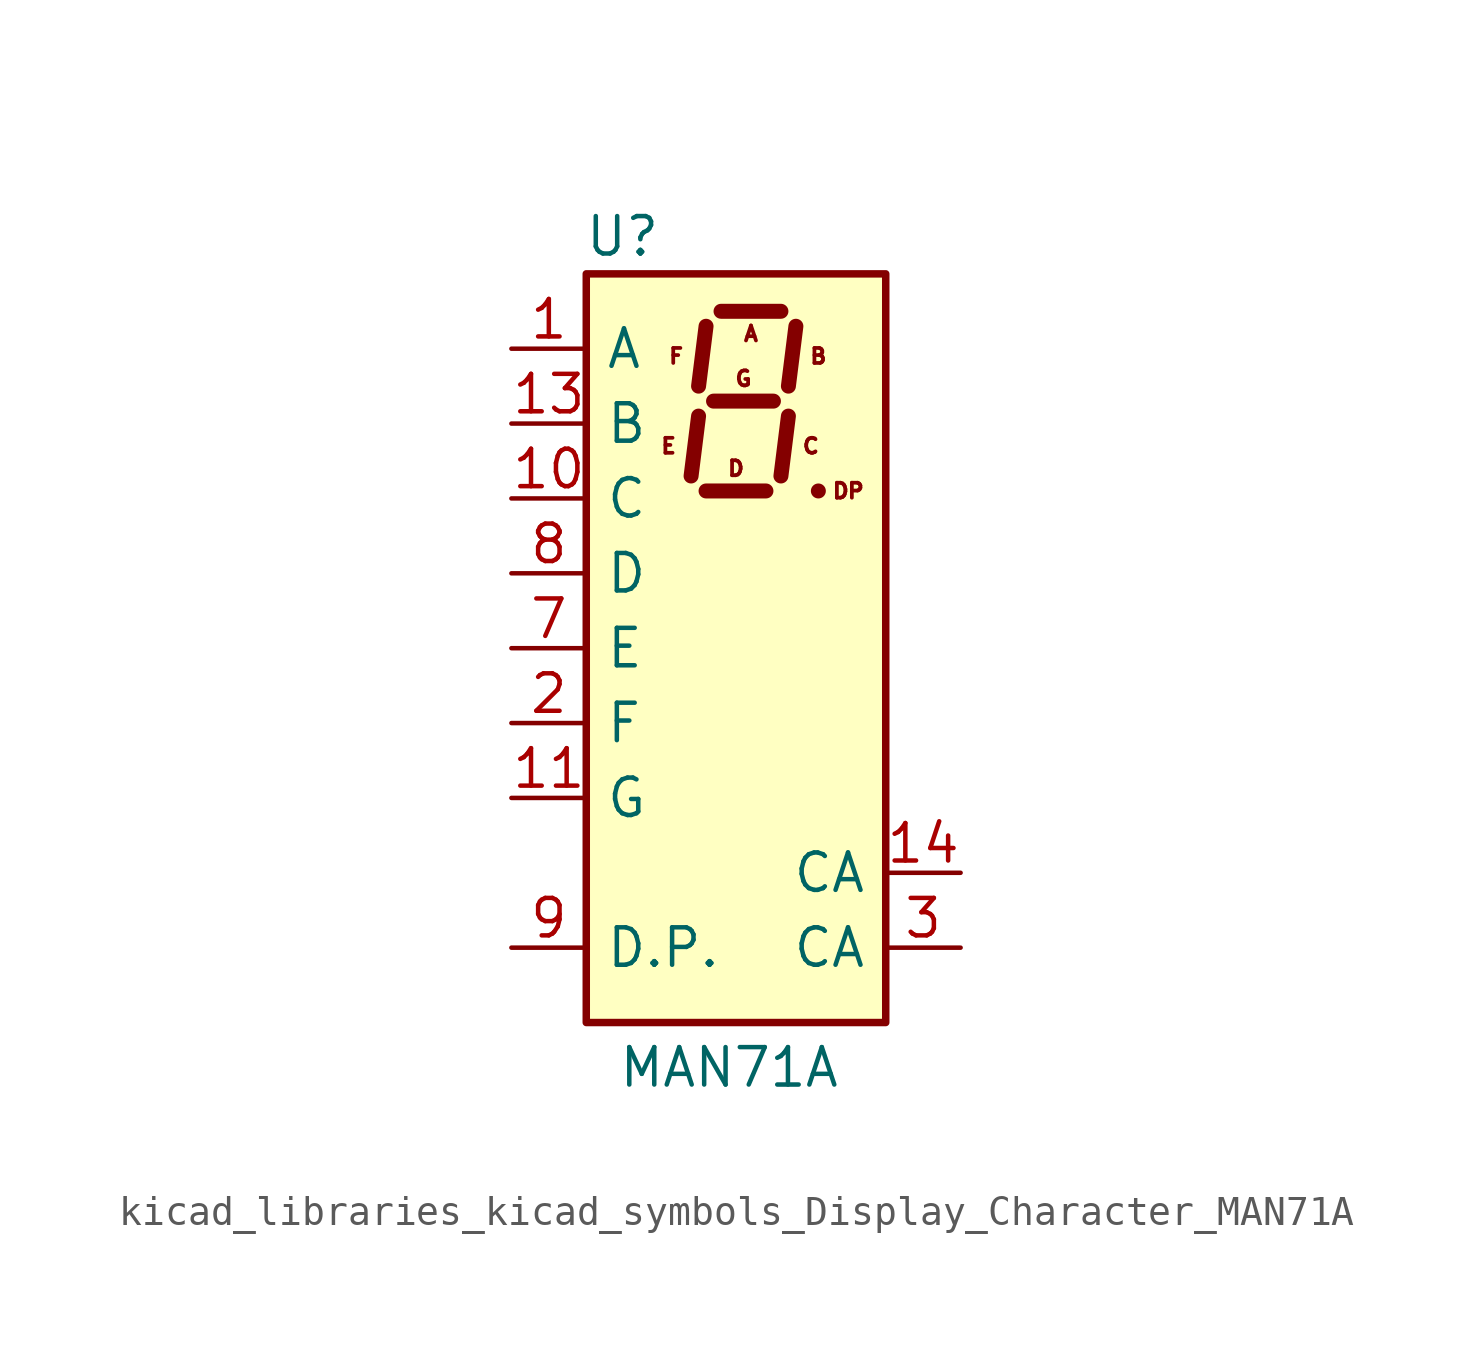
<source format=kicad_sym>
(kicad_symbol_lib
  (version 20220914)
  (generator kicad_symbol_editor)
  (symbol "kicad_libraries_kicad_symbols_Display_Character_MAN71A"
    (pin_names
      (offset 0.635))
    (property "Reference" "U"
      (at -2.54 13.97 0)
      (effects (font (size 1.27 1.27)) (justify right)))
    (property "Value" "MAN71A"
      (at 3.556 -14.224 0)
      (effects (font (size 1.27 1.27)) (justify right)))
    (symbol "kicad_libraries_kicad_symbols_Display_Character_MAN71A_0_0"
      (text "A" (at 0.508 10.668 0) (effects (font (size 0.508 0.508))))
      (text "B" (at 2.794 9.906 0) (effects (font (size 0.508 0.508))))
      (text "C" (at 2.54 6.858 0) (effects (font (size 0.508 0.508))))
      (text "D" (at 0 6.096 0) (effects (font (size 0.508 0.508))))
      (text "DP" (at 3.81 5.334 0) (effects (font (size 0.508 0.508))))
      (text "E" (at -2.286 6.858 0) (effects (font (size 0.508 0.508))))
      (text "F" (at -2.032 9.906 0) (effects (font (size 0.508 0.508))))
      (text "G" (at 0.254 9.144 0) (effects (font (size 0.508 0.508)))))
    (symbol "kicad_libraries_kicad_symbols_Display_Character_MAN71A_0_1"
      (rectangle (start -5.08 12.7) (end 5.08 -12.7) (stroke (width 0.254) (type default)) (fill (type background)))
      (polyline (pts (xy -1.27 7.874) (xy -1.524 5.842)) (stroke (width 0.508) (type default)) (fill (type none)))
      (polyline (pts (xy -1.016 5.334) (xy 1.016 5.334)) (stroke (width 0.508) (type default)) (fill (type none)))
      (polyline (pts (xy -1.016 10.922) (xy -1.27 8.89)) (stroke (width 0.508) (type default)) (fill (type none)))
      (polyline (pts (xy -0.762 8.382) (xy 1.27 8.382)) (stroke (width 0.508) (type default)) (fill (type none)))
      (polyline (pts (xy -0.508 11.43) (xy 1.524 11.43)) (stroke (width 0.508) (type default)) (fill (type none)))
      (polyline (pts (xy 1.778 7.874) (xy 1.524 5.842)) (stroke (width 0.508) (type default)) (fill (type none)))
      (polyline (pts (xy 2.032 10.922) (xy 1.778 8.89)) (stroke (width 0.508) (type default)) (fill (type none)))
      (polyline (pts (xy 2.794 5.334) (xy 2.794 5.334)) (stroke (width 0.508) (type default)) (fill (type none))))
    (symbol "kicad_libraries_kicad_symbols_Display_Character_MAN71A_1_1"
      (pin input line (at -7.62 10.16 0) (length 2.54) (name "A" (effects (font (size 1.27 1.27)))) (number "1" (effects (font (size 1.27 1.27)))))
      (pin input line (at -7.62 5.08 0) (length 2.54) (name "C" (effects (font (size 1.27 1.27)))) (number "10" (effects (font (size 1.27 1.27)))))
      (pin input line (at -7.62 -5.08 0) (length 2.54) (name "G" (effects (font (size 1.27 1.27)))) (number "11" (effects (font (size 1.27 1.27)))))
      (pin no_connect line (at 5.08 -5.08 180) (length 2.54) hide (name "NC" (effects (font (size 1.27 1.27)))) (number "12" (effects (font (size 1.27 1.27)))))
      (pin input line (at -7.62 7.62 0) (length 2.54) (name "B" (effects (font (size 1.27 1.27)))) (number "13" (effects (font (size 1.27 1.27)))))
      (pin input line (at 7.62 -7.62 180) (length 2.54) (name "CA" (effects (font (size 1.27 1.27)))) (number "14" (effects (font (size 1.27 1.27)))))
      (pin input line (at -7.62 -2.54 0) (length 2.54) (name "F" (effects (font (size 1.27 1.27)))) (number "2" (effects (font (size 1.27 1.27)))))
      (pin input line (at 7.62 -10.16 180) (length 2.54) (name "CA" (effects (font (size 1.27 1.27)))) (number "3" (effects (font (size 1.27 1.27)))))
      (pin no_connect line (at 5.08 2.54 180) (length 2.54) hide (name "NC" (effects (font (size 1.27 1.27)))) (number "4" (effects (font (size 1.27 1.27)))))
      (pin no_connect line (at 5.08 0 180) (length 2.54) hide (name "NC" (effects (font (size 1.27 1.27)))) (number "5" (effects (font (size 1.27 1.27)))))
      (pin no_connect line (at 5.08 -2.54 180) (length 2.54) hide (name "NC" (effects (font (size 1.27 1.27)))) (number "6" (effects (font (size 1.27 1.27)))))
      (pin input line (at -7.62 0 0) (length 2.54) (name "E" (effects (font (size 1.27 1.27)))) (number "7" (effects (font (size 1.27 1.27)))))
      (pin input line (at -7.62 2.54 0) (length 2.54) (name "D" (effects (font (size 1.27 1.27)))) (number "8" (effects (font (size 1.27 1.27)))))
      (pin input line (at -7.62 -10.16 0) (length 2.54) (name "D.P." (effects (font (size 1.27 1.27)))) (number "9" (effects (font (size 1.27 1.27))))))))
</source>
